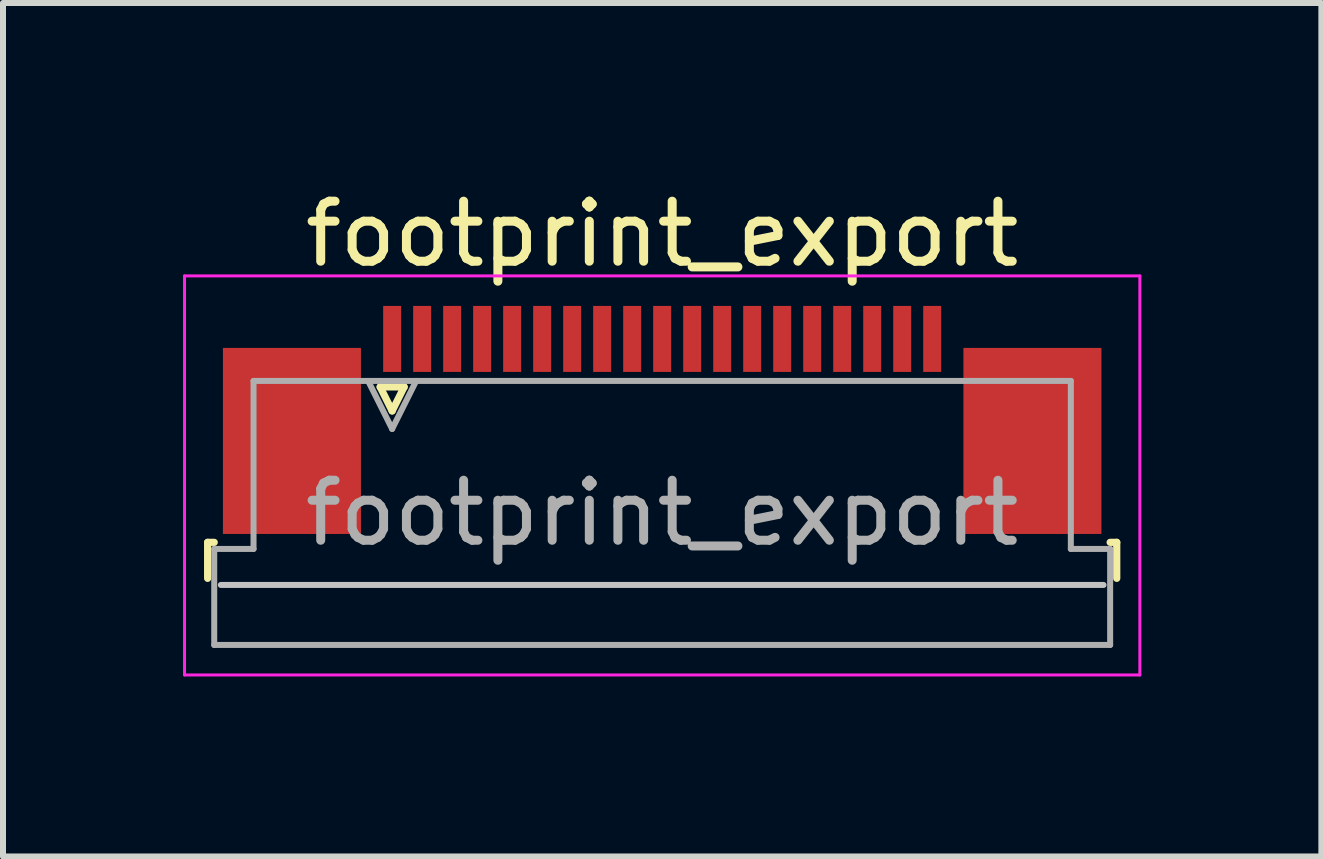
<source format=kicad_pcb>
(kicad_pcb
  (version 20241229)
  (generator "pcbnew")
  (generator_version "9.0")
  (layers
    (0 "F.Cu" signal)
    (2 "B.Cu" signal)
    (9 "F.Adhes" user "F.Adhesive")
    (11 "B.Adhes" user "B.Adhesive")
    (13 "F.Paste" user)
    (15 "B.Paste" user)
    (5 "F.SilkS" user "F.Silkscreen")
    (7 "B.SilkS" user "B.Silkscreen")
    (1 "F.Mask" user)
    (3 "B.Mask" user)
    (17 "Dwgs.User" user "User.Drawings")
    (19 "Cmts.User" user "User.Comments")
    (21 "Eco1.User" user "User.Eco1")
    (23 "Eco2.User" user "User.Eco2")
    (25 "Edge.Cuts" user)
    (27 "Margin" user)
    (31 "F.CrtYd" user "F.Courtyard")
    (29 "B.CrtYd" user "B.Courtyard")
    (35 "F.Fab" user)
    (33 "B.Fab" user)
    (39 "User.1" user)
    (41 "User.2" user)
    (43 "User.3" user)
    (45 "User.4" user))
  (footprint "footprint_export"
    (layer "F.Cu")
    (at 7.985 3.948)
    (property "Reference" "footprint_export" (at 0 -3.1 0) (layer "F.SilkS") (effects (font (size 1 1) (thickness 0.15))))
    (attr smd)
    (fp_line (start -7.575 2.04) (end -7.575 2.64) (stroke (width 0.12) (type solid)) (layer "F.SilkS"))
    (fp_line (start -7.465 2.04) (end -7.575 2.04) (stroke (width 0.12) (type solid)) (layer "F.SilkS"))
    (fp_line (start -4.7 -0.55) (end -4.5 -0.15) (stroke (width 0.12) (type solid)) (layer "F.SilkS"))
    (fp_line (start -4.5 -0.15) (end -4.3 -0.55) (stroke (width 0.12) (type solid)) (layer "F.SilkS"))
    (fp_line (start -4.3 -0.55) (end -4.7 -0.55) (stroke (width 0.12) (type solid)) (layer "F.SilkS"))
    (fp_line (start 7.465 2.04) (end 7.575 2.04) (stroke (width 0.12) (type solid)) (layer "F.SilkS"))
    (fp_line (start 7.575 2.04) (end 7.575 2.64) (stroke (width 0.12) (type solid)) (layer "F.SilkS"))
    (fp_line (start 7.355 2.75) (end -7.355 2.75) (stroke (width 0.1) (type solid)) (layer "Dwgs.User"))
    (fp_line (start -7.96 -2.4) (end -7.96 4.25) (stroke (width 0.05) (type solid)) (layer "F.CrtYd"))
    (fp_line (start -7.96 4.25) (end 7.96 4.25) (stroke (width 0.05) (type solid)) (layer "F.CrtYd"))
    (fp_line (start 7.96 -2.4) (end -7.96 -2.4) (stroke (width 0.05) (type solid)) (layer "F.CrtYd"))
    (fp_line (start 7.96 4.25) (end 7.96 -2.4) (stroke (width 0.05) (type solid)) (layer "F.CrtYd"))
    (fp_line (start -7.465 2.15) (end -6.81 2.15) (stroke (width 0.1) (type solid)) (layer "F.Fab"))
    (fp_line (start -7.465 3.75) (end -7.465 2.15) (stroke (width 0.1) (type solid)) (layer "F.Fab"))
    (fp_line (start -6.81 -0.65) (end 6.81 -0.65) (stroke (width 0.1) (type solid)) (layer "F.Fab"))
    (fp_line (start -6.81 2.15) (end -6.81 -0.65) (stroke (width 0.1) (type solid)) (layer "F.Fab"))
    (fp_line (start -4.9 -0.65) (end -4.5 0.15) (stroke (width 0.1) (type solid)) (layer "F.Fab"))
    (fp_line (start -4.5 0.15) (end -4.1 -0.65) (stroke (width 0.1) (type solid)) (layer "F.Fab"))
    (fp_line (start 6.81 -0.65) (end 6.81 2.15) (stroke (width 0.1) (type solid)) (layer "F.Fab"))
    (fp_line (start 6.81 2.15) (end 7.465 2.15) (stroke (width 0.1) (type solid)) (layer "F.Fab"))
    (fp_line (start 7.465 2.15) (end 7.465 3.75) (stroke (width 0.1) (type solid)) (layer "F.Fab"))
    (fp_line (start 7.465 3.75) (end -7.465 3.75) (stroke (width 0.1) (type solid)) (layer "F.Fab"))
    (fp_text user "${REFERENCE}" (at 0 1.55 0) (layer "F.Fab") (effects (font (size 1 1) (thickness 0.15))))
    (pad "1" smd rect (at -4.5 -1.35) (size 0.3 1.1) (layers "F.Cu" "F.Mask" "F.Paste"))
    (pad "2" smd rect (at -4 -1.35) (size 0.3 1.1) (layers "F.Cu" "F.Mask" "F.Paste"))
    (pad "3" smd rect (at -3.5 -1.35) (size 0.3 1.1) (layers "F.Cu" "F.Mask" "F.Paste"))
    (pad "4" smd rect (at -3 -1.35) (size 0.3 1.1) (layers "F.Cu" "F.Mask" "F.Paste"))
    (pad "5" smd rect (at -2.5 -1.35) (size 0.3 1.1) (layers "F.Cu" "F.Mask" "F.Paste"))
    (pad "6" smd rect (at -2 -1.35) (size 0.3 1.1) (layers "F.Cu" "F.Mask" "F.Paste"))
    (pad "7" smd rect (at -1.5 -1.35) (size 0.3 1.1) (layers "F.Cu" "F.Mask" "F.Paste"))
    (pad "8" smd rect (at -1 -1.35) (size 0.3 1.1) (layers "F.Cu" "F.Mask" "F.Paste"))
    (pad "9" smd rect (at -0.5 -1.35) (size 0.3 1.1) (layers "F.Cu" "F.Mask" "F.Paste"))
    (pad "10" smd rect (at 0 -1.35) (size 0.3 1.1) (layers "F.Cu" "F.Mask" "F.Paste"))
    (pad "11" smd rect (at 0.5 -1.35) (size 0.3 1.1) (layers "F.Cu" "F.Mask" "F.Paste"))
    (pad "12" smd rect (at 1 -1.35) (size 0.3 1.1) (layers "F.Cu" "F.Mask" "F.Paste"))
    (pad "13" smd rect (at 1.5 -1.35) (size 0.3 1.1) (layers "F.Cu" "F.Mask" "F.Paste"))
    (pad "14" smd rect (at 2 -1.35) (size 0.3 1.1) (layers "F.Cu" "F.Mask" "F.Paste"))
    (pad "15" smd rect (at 2.5 -1.35) (size 0.3 1.1) (layers "F.Cu" "F.Mask" "F.Paste"))
    (pad "16" smd rect (at 3 -1.35) (size 0.3 1.1) (layers "F.Cu" "F.Mask" "F.Paste"))
    (pad "17" smd rect (at 3.5 -1.35) (size 0.3 1.1) (layers "F.Cu" "F.Mask" "F.Paste"))
    (pad "18" smd rect (at 4 -1.35) (size 0.3 1.1) (layers "F.Cu" "F.Mask" "F.Paste"))
    (pad "19" smd rect (at 4.5 -1.35) (size 0.3 1.1) (layers "F.Cu" "F.Mask" "F.Paste"))
    (pad "MP" smd rect (at -6.17 0.35) (size 2.3 3.1) (layers "F.Cu" "F.Mask" "F.Paste"))
    (pad "MP" smd rect (at 6.17 0.35) (size 2.3 3.1) (layers "F.Cu" "F.Mask" "F.Paste")))
  (gr_rect
    (start -3 -3)
    (end 18.97 11.223)
    (stroke (width 0.1) (type default))
    (fill no)
    (layer "Edge.Cuts")))
</source>
